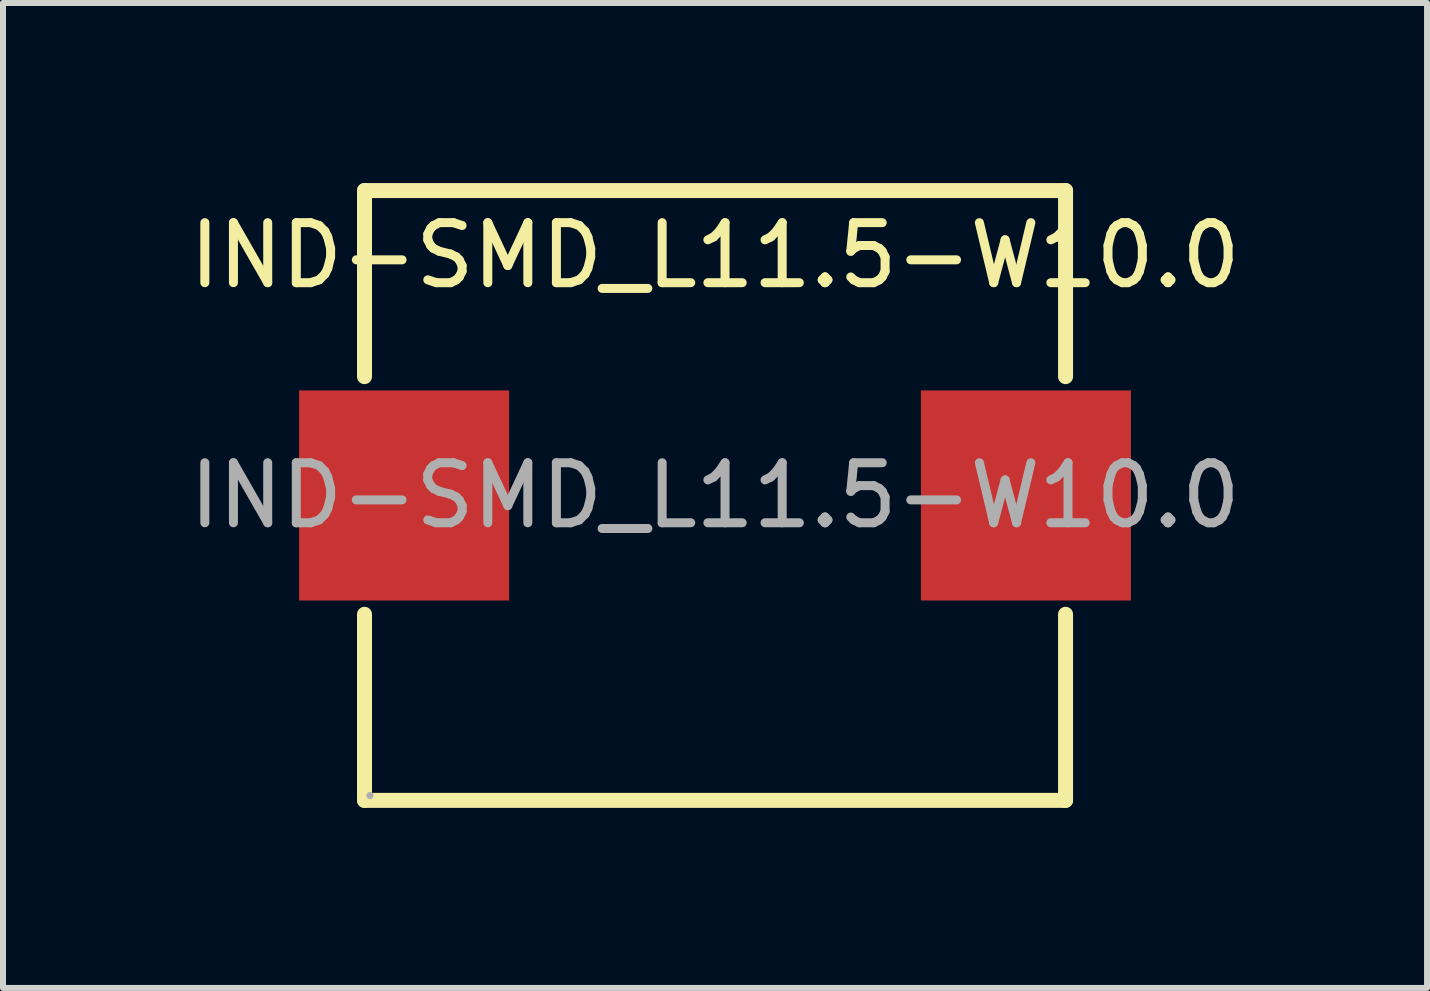
<source format=kicad_pcb>
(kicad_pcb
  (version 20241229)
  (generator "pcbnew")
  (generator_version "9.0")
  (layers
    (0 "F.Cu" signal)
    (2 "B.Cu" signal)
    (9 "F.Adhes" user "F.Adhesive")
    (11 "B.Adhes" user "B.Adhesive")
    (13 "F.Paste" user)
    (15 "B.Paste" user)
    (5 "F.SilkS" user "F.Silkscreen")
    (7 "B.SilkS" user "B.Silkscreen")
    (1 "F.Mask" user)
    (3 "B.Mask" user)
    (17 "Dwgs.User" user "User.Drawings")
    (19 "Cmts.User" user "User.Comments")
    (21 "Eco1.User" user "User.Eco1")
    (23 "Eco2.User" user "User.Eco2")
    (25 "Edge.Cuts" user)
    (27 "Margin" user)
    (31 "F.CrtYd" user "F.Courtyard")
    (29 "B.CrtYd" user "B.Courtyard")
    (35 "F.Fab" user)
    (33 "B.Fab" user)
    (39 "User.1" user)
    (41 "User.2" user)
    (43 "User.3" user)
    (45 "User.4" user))
  (footprint "IND-SMD_L11.5-W10.0"
    (layer "F.Cu")
    (at 8.863 5.205)
    (property "Reference" "IND-SMD_L11.5-W10.0" (at 0 -4 0) (layer "F.SilkS") (effects (font (size 1 1) (thickness 0.15))))
    (attr smd)
    (fp_line (start -5.84 -5.08) (end -5.84 -1.98) (stroke (width 0.25) (type solid)) (layer "F.SilkS"))
    (fp_line (start -5.84 1.98) (end -5.84 5.08) (stroke (width 0.25) (type solid)) (layer "F.SilkS"))
    (fp_line (start -5.84 5.08) (end 5.84 5.08) (stroke (width 0.25) (type solid)) (layer "F.SilkS"))
    (fp_line (start 5.84 -5.08) (end -5.84 -5.08) (stroke (width 0.25) (type solid)) (layer "F.SilkS"))
    (fp_line (start 5.84 -1.98) (end 5.84 -5.08) (stroke (width 0.25) (type solid)) (layer "F.SilkS"))
    (fp_line (start 5.84 5.08) (end 5.84 1.98) (stroke (width 0.25) (type solid)) (layer "F.SilkS"))
    (fp_circle (center -5.75 5) (end -5.72 5) (stroke (width 0.06) (type solid)) (fill no) (layer "F.Fab"))
    (fp_text user "${REFERENCE}" (at 0 0 0) (layer "F.Fab") (effects (font (size 1 1) (thickness 0.15))))
    (pad "1" smd rect (at -5.18 0) (size 3.5 3.5) (layers "F.Cu" "F.Mask" "F.Paste"))
    (pad "2" smd rect (at 5.18 0) (size 3.5 3.5) (layers "F.Cu" "F.Mask" "F.Paste")))
  (gr_rect
    (start -3 -3)
    (end 20.726 13.41)
    (stroke (width 0.1) (type default))
    (fill no)
    (layer "Edge.Cuts")))
</source>
